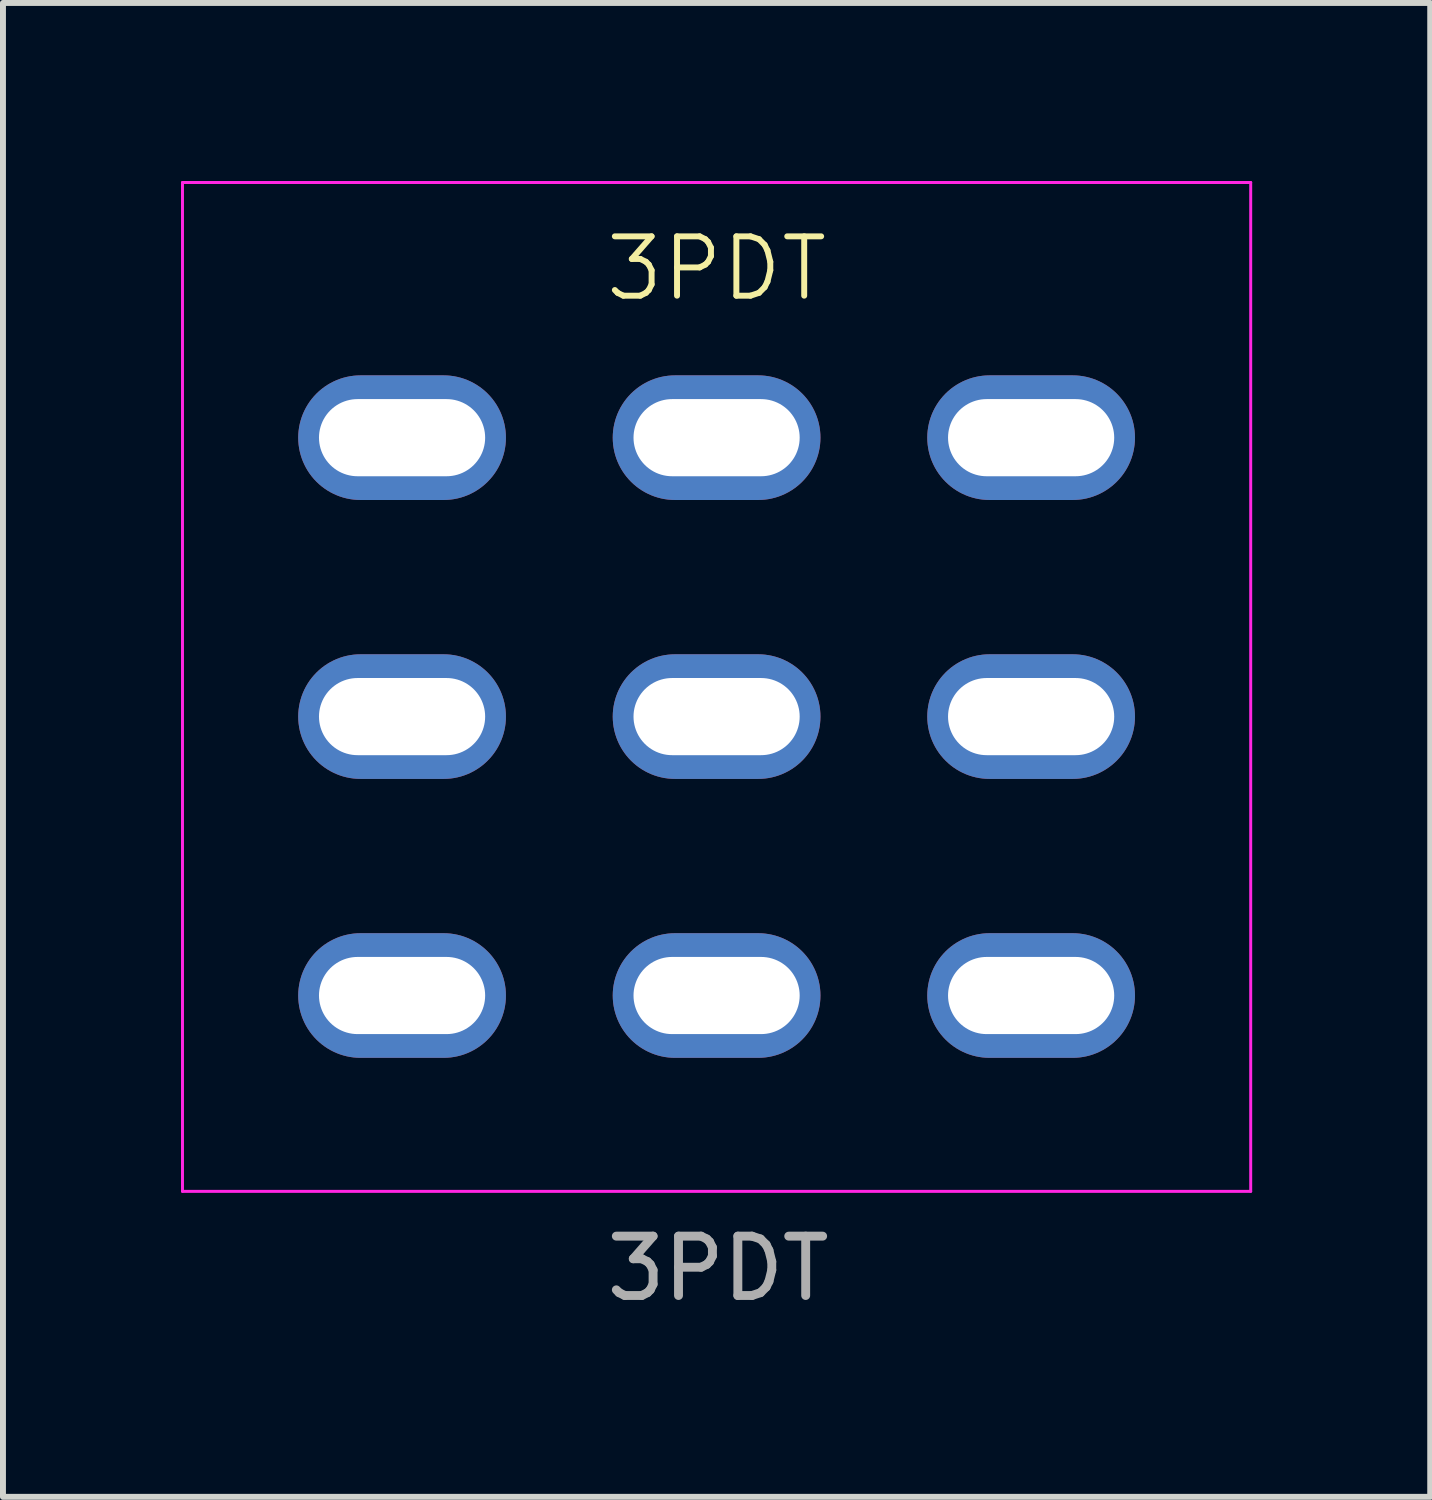
<source format=kicad_pcb>
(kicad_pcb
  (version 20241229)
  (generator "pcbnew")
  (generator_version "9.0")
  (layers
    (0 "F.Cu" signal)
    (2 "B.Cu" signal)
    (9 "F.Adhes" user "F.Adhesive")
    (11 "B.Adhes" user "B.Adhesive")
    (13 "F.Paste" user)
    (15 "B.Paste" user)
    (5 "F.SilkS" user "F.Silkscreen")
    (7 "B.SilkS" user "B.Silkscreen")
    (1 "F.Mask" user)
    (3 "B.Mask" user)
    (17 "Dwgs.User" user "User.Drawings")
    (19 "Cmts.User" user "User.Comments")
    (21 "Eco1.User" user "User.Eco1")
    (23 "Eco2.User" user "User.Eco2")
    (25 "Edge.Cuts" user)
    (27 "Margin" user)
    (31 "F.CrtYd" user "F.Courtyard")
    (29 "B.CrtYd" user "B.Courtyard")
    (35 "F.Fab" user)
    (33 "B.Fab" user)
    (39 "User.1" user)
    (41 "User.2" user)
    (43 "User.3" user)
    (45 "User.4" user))
  (footprint "3PDT"
    (layer "F.Cu")
    (at 9.025 9.025)
    (property "Reference" "3PDT" (at 0 -7.55 0) (unlocked yes) (layer "F.SilkS") (effects (font (size 1 1) (thickness 0.1))))
    (attr through_hole)
    (fp_line (start -9 -9) (end 9 -9) (stroke (width 0.05) (type default)) (layer "F.CrtYd"))
    (fp_line (start -9 8) (end -9 -9) (stroke (width 0.05) (type default)) (layer "F.CrtYd"))
    (fp_line (start 9 -9) (end 9 8) (stroke (width 0.05) (type default)) (layer "F.CrtYd"))
    (fp_line (start 9 8) (end -9 8) (stroke (width 0.05) (type default)) (layer "F.CrtYd"))
    (fp_text user "${REFERENCE}" (at 0.025 9.3 0) (unlocked yes) (layer "F.Fab") (effects (font (size 1 1) (thickness 0.15))))
    (pad "1" thru_hole oval (at 5.3 -4.7) (size 3.5 2.1) (drill oval 2.8 1.3) (layers "*.Cu" "*.Mask"))
    (pad "2" thru_hole oval (at 5.3 0) (size 3.5 2.1) (drill oval 2.8 1.3) (layers "*.Cu" "*.Mask"))
    (pad "3" thru_hole oval (at 5.3 4.7) (size 3.5 2.1) (drill oval 2.8 1.3) (layers "*.Cu" "*.Mask"))
    (pad "4" thru_hole oval (at 0 -4.7) (size 3.5 2.1) (drill oval 2.8 1.3) (layers "*.Cu" "*.Mask"))
    (pad "5" thru_hole oval (at 0 0) (size 3.5 2.1) (drill oval 2.8 1.3) (layers "*.Cu" "*.Mask"))
    (pad "6" thru_hole oval (at 0 4.7) (size 3.5 2.1) (drill oval 2.8 1.3) (layers "*.Cu" "*.Mask"))
    (pad "7" thru_hole oval (at -5.3 -4.7) (size 3.5 2.1) (drill oval 2.8 1.3) (layers "*.Cu" "*.Mask"))
    (pad "8" thru_hole oval (at -5.3 0) (size 3.5 2.1) (drill oval 2.8 1.3) (layers "*.Cu" "*.Mask"))
    (pad "9" thru_hole oval (at -5.3 4.7) (size 3.5 2.1) (drill oval 2.8 1.3) (layers "*.Cu" "*.Mask")))
  (gr_rect
    (start -3 -3)
    (end 21.05 22.173)
    (stroke (width 0.1) (type default))
    (fill no)
    (layer "Edge.Cuts")))
</source>
